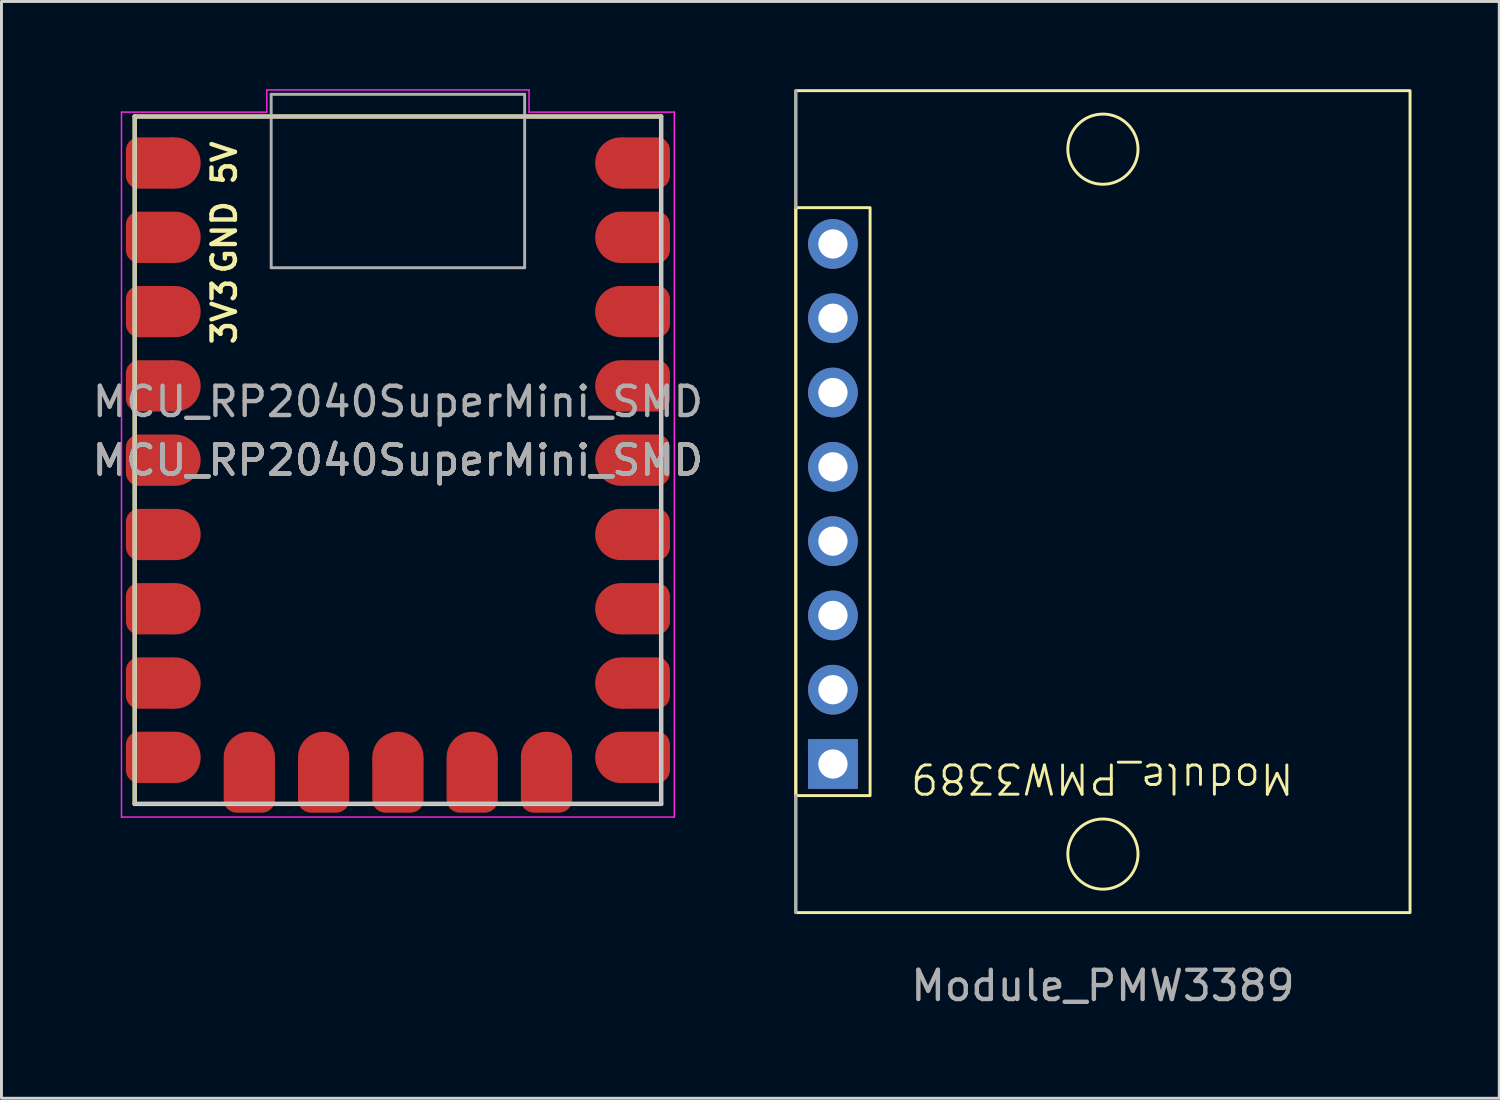
<source format=kicad_pcb>
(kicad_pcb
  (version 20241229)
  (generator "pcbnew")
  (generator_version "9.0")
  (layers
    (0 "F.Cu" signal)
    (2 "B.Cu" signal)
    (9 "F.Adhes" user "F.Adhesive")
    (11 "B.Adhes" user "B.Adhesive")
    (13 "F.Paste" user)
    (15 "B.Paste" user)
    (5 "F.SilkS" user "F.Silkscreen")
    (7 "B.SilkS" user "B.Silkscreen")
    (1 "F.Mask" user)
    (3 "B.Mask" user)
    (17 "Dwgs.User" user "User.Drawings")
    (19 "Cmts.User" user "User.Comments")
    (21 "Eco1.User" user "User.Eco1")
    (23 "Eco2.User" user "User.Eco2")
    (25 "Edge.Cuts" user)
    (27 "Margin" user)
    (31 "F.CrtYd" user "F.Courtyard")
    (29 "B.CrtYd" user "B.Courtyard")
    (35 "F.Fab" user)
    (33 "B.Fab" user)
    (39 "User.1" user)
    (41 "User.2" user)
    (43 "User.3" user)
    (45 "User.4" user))
  (footprint "MCU_RP2040SuperMini_SMD"
    (layer "F.Cu")
    (at 10.554 12.683)
    (property "Reference" "MCU_RP2040SuperMini_SMD" (at 0 -2 0) (layer "F.Fab") (effects (font (size 1 1) (thickness 0.15))))
    (fp_line (start -9 -11.75) (end -9 11.75) (stroke (width 0.15) (type default)) (layer "F.SilkS"))
    (fp_line (start -9 -11.75) (end 9 -11.75) (stroke (width 0.15) (type default)) (layer "F.SilkS"))
    (fp_line (start 9 11.75) (end -9 11.75) (stroke (width 0.15) (type default)) (layer "F.SilkS"))
    (fp_line (start 9 11.75) (end 9 -11.75) (stroke (width 0.15) (type default)) (layer "F.SilkS"))
    (fp_line (start -9 -11.75) (end -9 11.75) (stroke (width 0.12) (type default)) (layer "Dwgs.User"))
    (fp_line (start -9 -11.75) (end 9 -11.75) (stroke (width 0.12) (type default)) (layer "Dwgs.User"))
    (fp_line (start 9 -11.75) (end 9 11.75) (stroke (width 0.12) (type default)) (layer "Dwgs.User"))
    (fp_line (start 9 11.75) (end -9 11.75) (stroke (width 0.12) (type default)) (layer "Dwgs.User"))
    (fp_line (start -9.45 -11.9) (end -4.483 -11.9) (stroke (width 0.05) (type default)) (layer "F.CrtYd"))
    (fp_line (start -9.45 12.2) (end -9.45 -11.9) (stroke (width 0.05) (type default)) (layer "F.CrtYd"))
    (fp_line (start -4.483 -12.658) (end -4.483 -11.9) (stroke (width 0.05) (type default)) (layer "F.CrtYd"))
    (fp_line (start -4.483 -12.658) (end 4.483 -12.658) (stroke (width 0.05) (type default)) (layer "F.CrtYd"))
    (fp_line (start 4.483 -12.658) (end 4.483 -11.9) (stroke (width 0.05) (type default)) (layer "F.CrtYd"))
    (fp_line (start 4.483 -11.9) (end 9.45 -11.9) (stroke (width 0.05) (type default)) (layer "F.CrtYd"))
    (fp_line (start 9.45 12.2) (end -9.45 12.2) (stroke (width 0.05) (type solid)) (layer "F.CrtYd"))
    (fp_line (start 9.45 12.2) (end 9.45 -11.9) (stroke (width 0.05) (type default)) (layer "F.CrtYd"))
    (fp_line (start -4.333 -12.508) (end -4.333 -6.58) (stroke (width 0.1) (type default)) (layer "F.Fab"))
    (fp_line (start -4.333 -12.508) (end 4.333 -12.508) (stroke (width 0.1) (type default)) (layer "F.Fab"))
    (fp_line (start -4.333 -6.58) (end 4.333 -6.58) (stroke (width 0.1) (type default)) (layer "F.Fab"))
    (fp_line (start 4.333 -12.508) (end 4.333 -6.58) (stroke (width 0.1) (type default)) (layer "F.Fab"))
    (fp_text user "3V3" (at -5.935 -5.08 90) (layer "F.SilkS") (effects (font (size 0.8 0.8) (thickness 0.15))))
    (fp_text user "GND" (at -5.935 -7.62 90) (layer "F.SilkS") (effects (font (size 0.8 0.8) (thickness 0.15))))
    (fp_text user "5V" (at -5.935 -10.16 90) (layer "F.SilkS") (effects (font (size 0.8 0.8) (thickness 0.15))))
    (fp_text user "${REFERENCE}" (at 0 0 0) (unlocked yes) (layer "F.Fab") (effects (font (size 1 1) (thickness 0.15))))
    (fp_text user "${REFERENCE}" (at 0 0 0) (unlocked yes) (layer "F.Fab") (effects (font (size 1 1) (thickness 0.15))))
    (fp_text user "${REFERENCE}" (at 0 0 0) (unlocked yes) (layer "F.Fab") (effects (font (size 1 1) (thickness 0.15))))
    (fp_text user "${REFERENCE}" (at 0 0 0) (unlocked yes) (layer "F.Fab") (effects (font (size 1 1) (thickness 0.15))))
    (pad "1" smd roundrect (at -8.3 -10.16) (size 2 1.753) (layers "F.Cu" "F.Mask") (roundrect_rratio 0.25) (chamfer_ratio 0.2) (chamfer))
    (pad "1" smd circle (at -7.62 -10.16) (size 1.753 1.753) (layers "F.Cu" "F.Mask"))
    (pad "2" smd roundrect (at -8.3 -7.62) (size 2 1.753) (layers "F.Cu" "F.Mask") (roundrect_rratio 0.25) (chamfer_ratio 0.2) (chamfer))
    (pad "2" smd circle (at -7.62 -7.62) (size 1.753 1.753) (layers "F.Cu" "F.Mask"))
    (pad "3" smd roundrect (at -8.3 -5.08) (size 2 1.753) (layers "F.Cu" "F.Mask") (roundrect_rratio 0.25) (chamfer_ratio 0.2) (chamfer))
    (pad "3" smd circle (at -7.62 -5.08) (size 1.753 1.753) (layers "F.Cu" "F.Mask"))
    (pad "4" smd roundrect (at -8.3 -2.54) (size 2 1.753) (layers "F.Cu" "F.Mask") (roundrect_rratio 0.25) (chamfer_ratio 0.2) (chamfer))
    (pad "4" smd circle (at -7.62 -2.54) (size 1.753 1.753) (layers "F.Cu" "F.Mask"))
    (pad "5" smd roundrect (at -8.3 0) (size 2 1.753) (layers "F.Cu" "F.Mask") (roundrect_rratio 0.25) (chamfer_ratio 0.2) (chamfer))
    (pad "5" smd circle (at -7.62 0) (size 1.753 1.753) (layers "F.Cu" "F.Mask"))
    (pad "6" smd roundrect (at -8.3 2.54) (size 2 1.753) (layers "F.Cu" "F.Mask") (roundrect_rratio 0.25) (chamfer_ratio 0.2) (chamfer))
    (pad "6" smd circle (at -7.62 2.54) (size 1.753 1.753) (layers "F.Cu" "F.Mask"))
    (pad "7" smd roundrect (at -8.3 5.08) (size 2 1.753) (layers "F.Cu" "F.Mask") (roundrect_rratio 0.25) (chamfer_ratio 0.2) (chamfer))
    (pad "7" smd circle (at -7.62 5.08) (size 1.753 1.753) (layers "F.Cu" "F.Mask"))
    (pad "8" smd roundrect (at -8.3 7.62) (size 2 1.753) (layers "F.Cu" "F.Mask") (roundrect_rratio 0.25) (chamfer_ratio 0.2) (chamfer))
    (pad "8" smd circle (at -7.62 7.62) (size 1.753 1.753) (layers "F.Cu" "F.Mask"))
    (pad "9" smd roundrect (at -8.3 10.16) (size 2 1.753) (layers "F.Cu" "F.Mask") (roundrect_rratio 0.25) (chamfer_ratio 0.2) (chamfer))
    (pad "9" smd circle (at -7.62 10.16) (size 1.753 1.753) (layers "F.Cu" "F.Mask"))
    (pad "10" smd circle (at 7.62 -10.16) (size 1.753 1.753) (layers "F.Cu" "F.Mask"))
    (pad "10" smd roundrect (at 8.3 -10.16) (size 2 1.753) (layers "F.Cu" "F.Mask") (roundrect_rratio 0.25) (chamfer_ratio 0.2) (chamfer))
    (pad "11" smd circle (at 7.62 -7.62) (size 1.753 1.753) (layers "F.Cu" "F.Mask"))
    (pad "11" smd roundrect (at 8.3 -7.62) (size 2 1.753) (layers "F.Cu" "F.Mask") (roundrect_rratio 0.25) (chamfer_ratio 0.2) (chamfer))
    (pad "12" smd circle (at 7.62 -5.08) (size 1.753 1.753) (layers "F.Cu" "F.Mask"))
    (pad "12" smd roundrect (at 8.3 -5.08) (size 2 1.753) (layers "F.Cu" "F.Mask") (roundrect_rratio 0.25) (chamfer_ratio 0.2) (chamfer))
    (pad "13" smd circle (at 7.62 -2.54) (size 1.753 1.753) (layers "F.Cu" "F.Mask"))
    (pad "13" smd roundrect (at 8.3 -2.54) (size 2 1.753) (layers "F.Cu" "F.Mask") (roundrect_rratio 0.25) (chamfer_ratio 0.2) (chamfer))
    (pad "14" smd circle (at 7.62 0) (size 1.753 1.753) (layers "F.Cu" "F.Mask"))
    (pad "14" smd roundrect (at 8.3 0) (size 2 1.753) (layers "F.Cu" "F.Mask") (roundrect_rratio 0.25) (chamfer_ratio 0.2) (chamfer))
    (pad "15" smd circle (at 7.62 2.54) (size 1.753 1.753) (layers "F.Cu" "F.Mask"))
    (pad "15" smd roundrect (at 8.3 2.54) (size 2 1.753) (layers "F.Cu" "F.Mask") (roundrect_rratio 0.25) (chamfer_ratio 0.2) (chamfer))
    (pad "16" smd circle (at 7.62 5.08) (size 1.753 1.753) (layers "F.Cu" "F.Mask"))
    (pad "16" smd roundrect (at 8.3 5.08) (size 2 1.753) (layers "F.Cu" "F.Mask") (roundrect_rratio 0.25) (chamfer_ratio 0.2) (chamfer))
    (pad "17" smd circle (at 7.62 7.62) (size 1.753 1.753) (layers "F.Cu" "F.Mask"))
    (pad "17" smd roundrect (at 8.3 7.62) (size 2 1.753) (layers "F.Cu" "F.Mask") (roundrect_rratio 0.25) (chamfer_ratio 0.2) (chamfer))
    (pad "18" smd circle (at 7.62 10.16) (size 1.753 1.753) (layers "F.Cu" "F.Mask"))
    (pad "18" smd roundrect (at 8.3 10.16) (size 2 1.753) (layers "F.Cu" "F.Mask") (roundrect_rratio 0.25) (chamfer_ratio 0.2) (chamfer))
    (pad "19" smd circle (at 5.08 10.16) (size 1.753 1.753) (layers "F.Cu" "F.Mask"))
    (pad "19" smd roundrect (at 5.08 10.95 90) (size 2.2 1.753) (layers "F.Cu" "F.Mask") (roundrect_rratio 0.25))
    (pad "20" smd circle (at 2.54 10.16) (size 1.753 1.753) (layers "F.Cu" "F.Mask"))
    (pad "20" smd roundrect (at 2.54 10.95 90) (size 2.2 1.753) (layers "F.Cu" "F.Mask") (roundrect_rratio 0.25))
    (pad "21" smd circle (at 0 10.16) (size 1.753 1.753) (layers "F.Cu" "F.Mask"))
    (pad "21" smd roundrect (at 0 10.95 90) (size 2.2 1.753) (layers "F.Cu" "F.Mask") (roundrect_rratio 0.25))
    (pad "22" smd circle (at -2.54 10.16) (size 1.753 1.753) (layers "F.Cu" "F.Mask"))
    (pad "22" smd roundrect (at -2.54 10.95 90) (size 2.2 1.753) (layers "F.Cu" "F.Mask") (roundrect_rratio 0.25))
    (pad "23" smd circle (at -5.08 10.16) (size 1.753 1.753) (layers "F.Cu" "F.Mask"))
    (pad "23" smd roundrect (at -5.08 10.95 90) (size 2.2 1.753) (layers "F.Cu" "F.Mask") (roundrect_rratio 0.25)))
  (footprint "Module_PMW3389"
    (layer "F.Cu")
    (at 34.657 13.65)
    (property "Reference" "Module_PMW3389" (at -0.022 9.91 180) (unlocked yes) (layer "F.SilkS") (effects (font (size 1 1) (thickness 0.1))))
    (attr through_hole)
    (fp_rect (start -10.5 -13.6) (end 10.5 14.5) (stroke (width 0.1) (type default)) (fill no) (layer "F.SilkS"))
    (fp_rect (start -10.5 -9.6) (end -7.96 10.5) (stroke (width 0.1) (type default)) (fill no) (layer "F.SilkS"))
    (fp_circle (center 0 -11.6) (end 1.2 -11.6) (stroke (width 0.1) (type default)) (fill no) (layer "F.SilkS"))
    (fp_circle (center 0 12.5) (end 1.2 12.5) (stroke (width 0.1) (type default)) (fill no) (layer "F.SilkS"))
    (fp_line (start -10.5 -9.6) (end -10.5 -13.6) (stroke (width 0.1) (type default)) (layer "F.Fab"))
    (fp_line (start -10.5 14.5) (end -10.5 10.5) (stroke (width 0.1) (type default)) (layer "F.Fab"))
    (fp_text user "${REFERENCE}" (at 0 17 0) (unlocked yes) (layer "F.Fab") (effects (font (size 1 1) (thickness 0.15))))
    (pad "1" thru_hole rect (at -9.23 9.42) (size 1.7 1.7) (drill 1) (layers "*.Cu" "B.Mask"))
    (pad "2" thru_hole circle (at -9.23 6.88) (size 1.7 1.7) (drill 1) (layers "*.Cu" "B.Mask"))
    (pad "3" thru_hole circle (at -9.23 4.34) (size 1.7 1.7) (drill 1) (layers "*.Cu" "B.Mask"))
    (pad "4" thru_hole circle (at -9.23 1.8) (size 1.7 1.7) (drill 1) (layers "*.Cu" "B.Mask"))
    (pad "5" thru_hole circle (at -9.23 -0.74) (size 1.7 1.7) (drill 1) (layers "*.Cu" "B.Mask"))
    (pad "6" thru_hole circle (at -9.23 -3.28) (size 1.7 1.7) (drill 1) (layers "*.Cu" "B.Mask"))
    (pad "7" thru_hole circle (at -9.23 -5.82) (size 1.7 1.7) (drill 1) (layers "*.Cu" "B.Mask"))
    (pad "8" thru_hole circle (at -9.23 -8.36) (size 1.7 1.7) (drill 1) (layers "*.Cu" "B.Mask")))
  (gr_rect
    (start -3 -3)
    (end 48.207 34.498)
    (stroke (width 0.1) (type default))
    (fill no)
    (layer "Edge.Cuts")))
</source>
